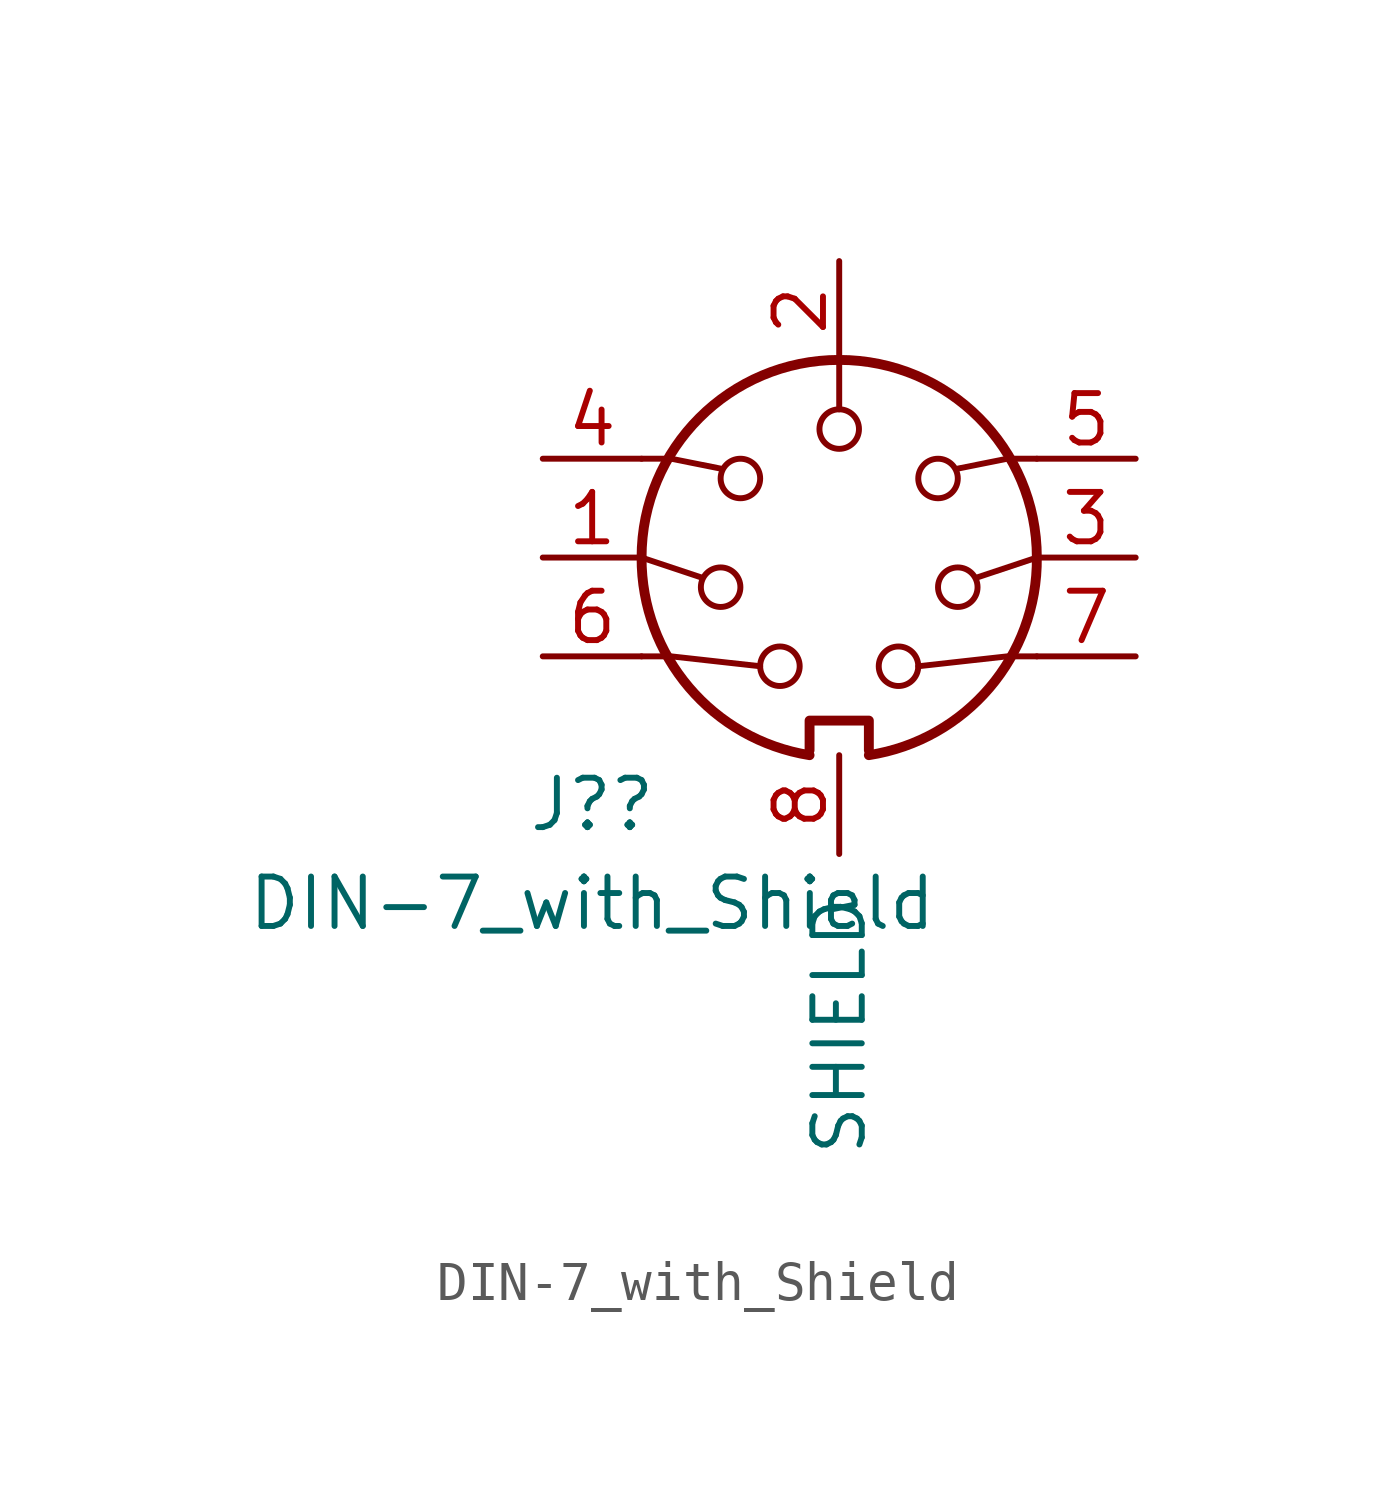
<source format=kicad_sym>
(kicad_symbol_lib
  (version 20211014)
  (generator kicad_symbol_editor)
  (symbol "DIN-7_with_Shield"
    (pin_names
      (offset 1.016))
    (property "Reference" "J?"
      (at -6.35 -6.35 0)
      (effects (font (size 1.27 1.27))))
    (property "Value" "DIN-7_with_Shield"
      (at -6.35 -8.89 0)
      (effects (font (size 1.27 1.27))))
    (symbol "DIN-7_with_Shield_0_1"
      (arc (start -5.08 0) (mid -3.8609 -3.3364) (end -0.762 -5.08) (stroke (width 0.254) (type default) (color 0 0 0 0)) (fill (type none)))
      (circle (center -3.048 -0.762) (radius 0.508) (stroke (width 0) (type default) (color 0 0 0 0)) (fill (type none)))
      (circle (center -2.54 2.032) (radius 0.508) (stroke (width 0) (type default) (color 0 0 0 0)) (fill (type none)))
      (circle (center -1.524 -2.794) (radius 0.508) (stroke (width 0) (type default) (color 0 0 0 0)) (fill (type none)))
      (polyline (pts (xy -5.08 0) (xy -3.556 -0.508)) (stroke (width 0) (type default) (color 0 0 0 0)) (fill (type none)))
      (polyline (pts (xy 0 5.08) (xy 0 3.81)) (stroke (width 0) (type default) (color 0 0 0 0)) (fill (type none)))
      (polyline (pts (xy 5.08 0) (xy 3.556 -0.508)) (stroke (width 0) (type default) (color 0 0 0 0)) (fill (type none)))
      (polyline (pts (xy -5.08 -2.54) (xy -4.318 -2.54) (xy -2.032 -2.794)) (stroke (width 0) (type default) (color 0 0 0 0)) (fill (type none)))
      (polyline (pts (xy -5.08 2.54) (xy -4.318 2.54) (xy -3.048 2.286)) (stroke (width 0) (type default) (color 0 0 0 0)) (fill (type none)))
      (polyline (pts (xy 5.08 -2.54) (xy 4.318 -2.54) (xy 2.032 -2.794)) (stroke (width 0) (type default) (color 0 0 0 0)) (fill (type none)))
      (polyline (pts (xy 5.08 2.54) (xy 4.318 2.54) (xy 3.048 2.286)) (stroke (width 0) (type default) (color 0 0 0 0)) (fill (type none)))
      (polyline (pts (xy -0.762 -4.953) (xy -0.762 -4.191) (xy 0.762 -4.191) (xy 0.762 -4.953)) (stroke (width 0.254) (type default) (color 0 0 0 0)) (fill (type none)))
      (circle (center 0 3.302) (radius 0.508) (stroke (width 0) (type default) (color 0 0 0 0)) (fill (type none)))
      (arc (start 0.762 -5.08) (mid 3.8685 -3.343) (end 5.08 0) (stroke (width 0.254) (type default) (color 0 0 0 0)) (fill (type none)))
      (circle (center 1.524 -2.794) (radius 0.508) (stroke (width 0) (type default) (color 0 0 0 0)) (fill (type none)))
      (circle (center 2.54 2.032) (radius 0.508) (stroke (width 0) (type default) (color 0 0 0 0)) (fill (type none)))
      (circle (center 3.048 -0.762) (radius 0.508) (stroke (width 0) (type default) (color 0 0 0 0)) (fill (type none)))
      (arc (start 5.08 0) (mid 0 5.08) (end -5.08 0) (stroke (width 0.254) (type default) (color 0 0 0 0)) (fill (type none))))
    (symbol "DIN-7_with_Shield_1_1"
      (pin passive line (at -7.62 0 0) (length 2.54) (name "~" (effects (font (size 1.27 1.27)))) (number "1" (effects (font (size 1.27 1.27)))))
      (pin passive line (at 0 7.62 270) (length 2.54) (name "~" (effects (font (size 1.27 1.27)))) (number "2" (effects (font (size 1.27 1.27)))))
      (pin passive line (at 7.62 0 180) (length 2.54) (name "~" (effects (font (size 1.27 1.27)))) (number "3" (effects (font (size 1.27 1.27)))))
      (pin passive line (at -7.62 2.54 0) (length 2.54) (name "~" (effects (font (size 1.27 1.27)))) (number "4" (effects (font (size 1.27 1.27)))))
      (pin passive line (at 7.62 2.54 180) (length 2.54) (name "~" (effects (font (size 1.27 1.27)))) (number "5" (effects (font (size 1.27 1.27)))))
      (pin passive line (at -7.62 -2.54 0) (length 2.54) (name "~" (effects (font (size 1.27 1.27)))) (number "6" (effects (font (size 1.27 1.27)))))
      (pin passive line (at 7.62 -2.54 180) (length 2.54) (name "~" (effects (font (size 1.27 1.27)))) (number "7" (effects (font (size 1.27 1.27)))))
      (pin passive line (at 0 -5.08 270) (length 2.54) (name "SHIELD" (effects (font (size 1.27 1.27)))) (number "8" (effects (font (size 1.27 1.27))))))))
</source>
